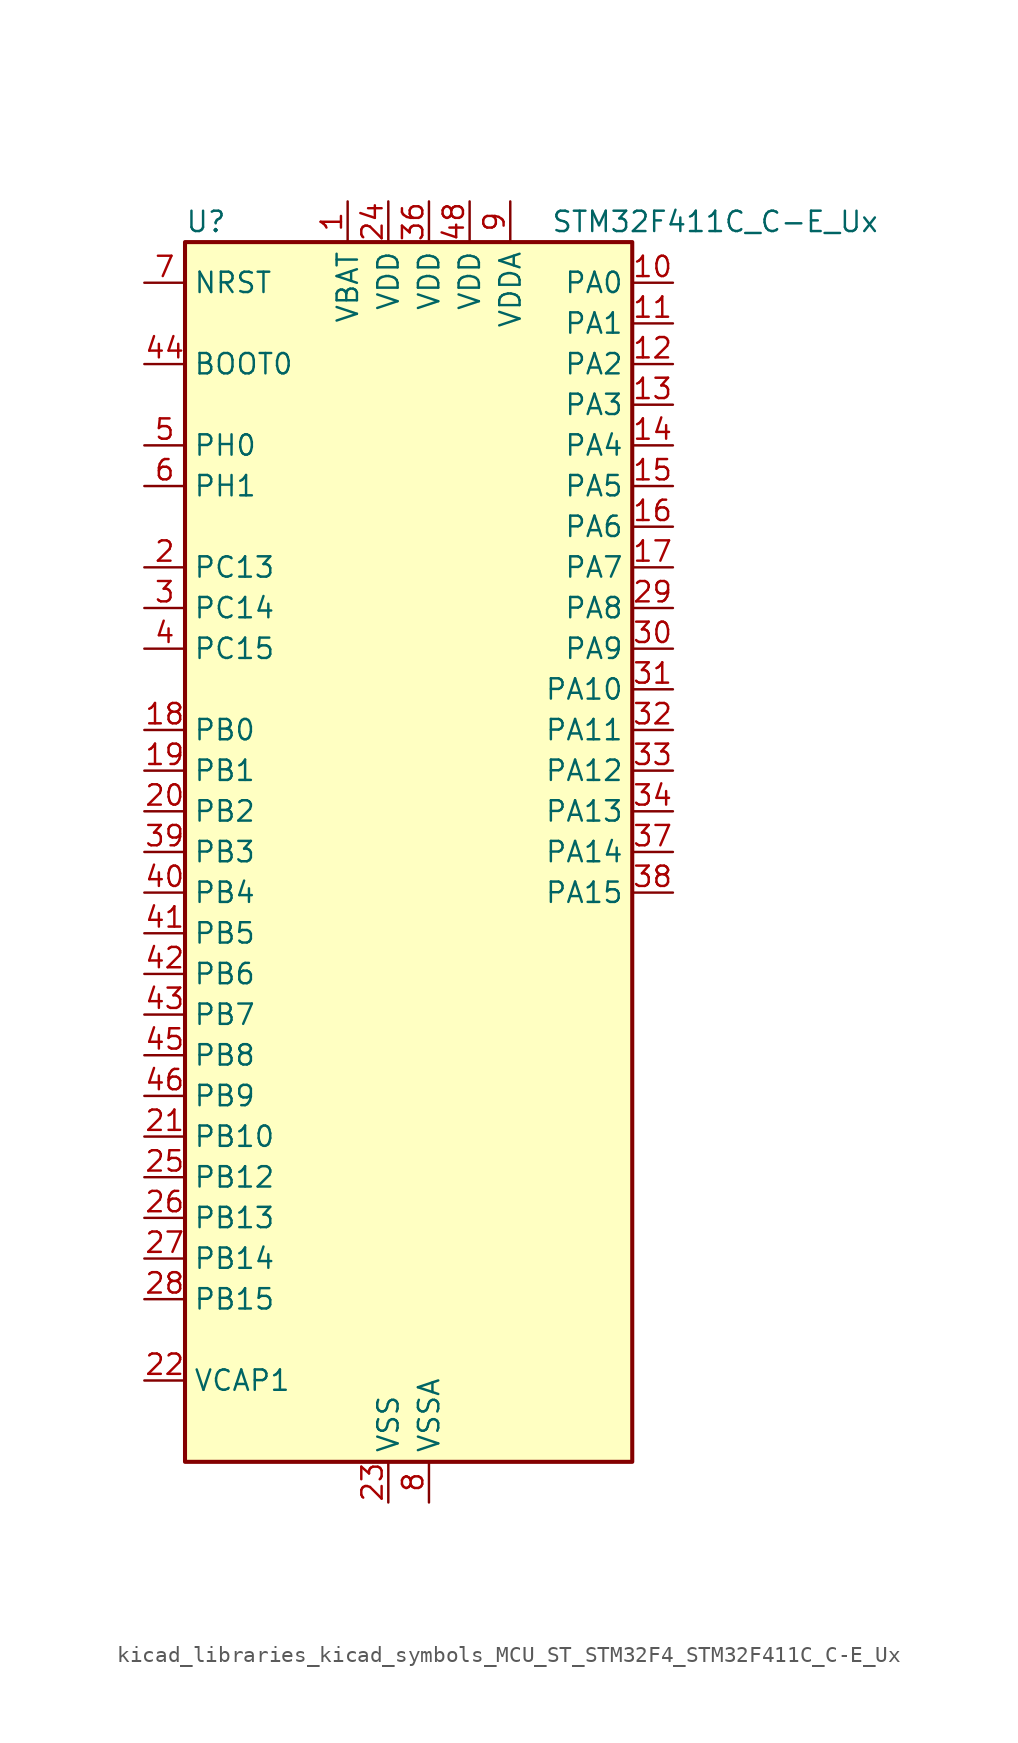
<source format=kicad_sym>
(kicad_symbol_lib
  (version 20220914)
  (generator kicad_symbol_editor)
  (symbol "kicad_libraries_kicad_symbols_MCU_ST_STM32F4_STM32F411C_C-E_Ux"
    (property "Reference" "U"
      (at -12.7 39.37 0)
      (effects (font (size 1.27 1.27)) (justify left)))
    (property "Value" "STM32F411C_C-E_Ux"
      (at 10.16 39.37 0)
      (effects (font (size 1.27 1.27)) (justify left)))
    (property "ki_locked" ""
      (at 0 0 0)
      (effects (font (size 1.27 1.27))))
    (symbol "kicad_libraries_kicad_symbols_MCU_ST_STM32F4_STM32F411C_C-E_Ux_0_1"
      (rectangle (start -12.7 -38.1) (end 15.24 38.1) (stroke (width 0.254) (type default)) (fill (type background))))
    (symbol "kicad_libraries_kicad_symbols_MCU_ST_STM32F4_STM32F411C_C-E_Ux_1_1"
      (pin power_in line (at -2.54 40.64 270) (length 2.54) (name "VBAT" (effects (font (size 1.27 1.27)))) (number "1" (effects (font (size 1.27 1.27)))))
      (pin bidirectional line (at 17.78 35.56 180) (length 2.54) (name "PA0" (effects (font (size 1.27 1.27)))) (number "10" (effects (font (size 1.27 1.27)))) (alternate "ADC1_IN0" bidirectional line) (alternate "SYS_WKUP" bidirectional line) (alternate "TIM2_CH1" bidirectional line) (alternate "TIM2_ETR" bidirectional line) (alternate "TIM5_CH1" bidirectional line) (alternate "USART2_CTS" bidirectional line))
      (pin bidirectional line (at 17.78 33.02 180) (length 2.54) (name "PA1" (effects (font (size 1.27 1.27)))) (number "11" (effects (font (size 1.27 1.27)))) (alternate "ADC1_IN1" bidirectional line) (alternate "I2S4_SD" bidirectional line) (alternate "SPI4_MOSI" bidirectional line) (alternate "TIM2_CH2" bidirectional line) (alternate "TIM5_CH2" bidirectional line) (alternate "USART2_RTS" bidirectional line))
      (pin bidirectional line (at 17.78 30.48 180) (length 2.54) (name "PA2" (effects (font (size 1.27 1.27)))) (number "12" (effects (font (size 1.27 1.27)))) (alternate "ADC1_IN2" bidirectional line) (alternate "I2S_CKIN" bidirectional line) (alternate "TIM2_CH3" bidirectional line) (alternate "TIM5_CH3" bidirectional line) (alternate "TIM9_CH1" bidirectional line) (alternate "USART2_TX" bidirectional line))
      (pin bidirectional line (at 17.78 27.94 180) (length 2.54) (name "PA3" (effects (font (size 1.27 1.27)))) (number "13" (effects (font (size 1.27 1.27)))) (alternate "ADC1_IN3" bidirectional line) (alternate "I2S2_MCK" bidirectional line) (alternate "TIM2_CH4" bidirectional line) (alternate "TIM5_CH4" bidirectional line) (alternate "TIM9_CH2" bidirectional line) (alternate "USART2_RX" bidirectional line))
      (pin bidirectional line (at 17.78 25.4 180) (length 2.54) (name "PA4" (effects (font (size 1.27 1.27)))) (number "14" (effects (font (size 1.27 1.27)))) (alternate "ADC1_IN4" bidirectional line) (alternate "I2S1_WS" bidirectional line) (alternate "I2S3_WS" bidirectional line) (alternate "SPI1_NSS" bidirectional line) (alternate "SPI3_NSS" bidirectional line) (alternate "USART2_CK" bidirectional line))
      (pin bidirectional line (at 17.78 22.86 180) (length 2.54) (name "PA5" (effects (font (size 1.27 1.27)))) (number "15" (effects (font (size 1.27 1.27)))) (alternate "ADC1_IN5" bidirectional line) (alternate "I2S1_CK" bidirectional line) (alternate "SPI1_SCK" bidirectional line) (alternate "TIM2_CH1" bidirectional line) (alternate "TIM2_ETR" bidirectional line))
      (pin bidirectional line (at 17.78 20.32 180) (length 2.54) (name "PA6" (effects (font (size 1.27 1.27)))) (number "16" (effects (font (size 1.27 1.27)))) (alternate "ADC1_IN6" bidirectional line) (alternate "I2S2_MCK" bidirectional line) (alternate "SDIO_CMD" bidirectional line) (alternate "SPI1_MISO" bidirectional line) (alternate "TIM1_BKIN" bidirectional line) (alternate "TIM3_CH1" bidirectional line))
      (pin bidirectional line (at 17.78 17.78 180) (length 2.54) (name "PA7" (effects (font (size 1.27 1.27)))) (number "17" (effects (font (size 1.27 1.27)))) (alternate "ADC1_IN7" bidirectional line) (alternate "I2S1_SD" bidirectional line) (alternate "SPI1_MOSI" bidirectional line) (alternate "TIM1_CH1N" bidirectional line) (alternate "TIM3_CH2" bidirectional line))
      (pin bidirectional line (at -15.24 7.62 0) (length 2.54) (name "PB0" (effects (font (size 1.27 1.27)))) (number "18" (effects (font (size 1.27 1.27)))) (alternate "ADC1_IN8" bidirectional line) (alternate "I2S5_CK" bidirectional line) (alternate "SPI5_SCK" bidirectional line) (alternate "TIM1_CH2N" bidirectional line) (alternate "TIM3_CH3" bidirectional line))
      (pin bidirectional line (at -15.24 5.08 0) (length 2.54) (name "PB1" (effects (font (size 1.27 1.27)))) (number "19" (effects (font (size 1.27 1.27)))) (alternate "ADC1_IN9" bidirectional line) (alternate "I2S5_WS" bidirectional line) (alternate "SPI5_NSS" bidirectional line) (alternate "TIM1_CH3N" bidirectional line) (alternate "TIM3_CH4" bidirectional line))
      (pin bidirectional line (at -15.24 17.78 0) (length 2.54) (name "PC13" (effects (font (size 1.27 1.27)))) (number "2" (effects (font (size 1.27 1.27)))) (alternate "RTC_AF1" bidirectional line))
      (pin bidirectional line (at -15.24 2.54 0) (length 2.54) (name "PB2" (effects (font (size 1.27 1.27)))) (number "20" (effects (font (size 1.27 1.27)))))
      (pin bidirectional line (at -15.24 -17.78 0) (length 2.54) (name "PB10" (effects (font (size 1.27 1.27)))) (number "21" (effects (font (size 1.27 1.27)))) (alternate "I2C2_SCL" bidirectional line) (alternate "I2S2_CK" bidirectional line) (alternate "I2S3_MCK" bidirectional line) (alternate "SDIO_D7" bidirectional line) (alternate "SPI2_SCK" bidirectional line) (alternate "TIM2_CH3" bidirectional line))
      (pin power_out line (at -15.24 -33.02 0) (length 2.54) (name "VCAP1" (effects (font (size 1.27 1.27)))) (number "22" (effects (font (size 1.27 1.27)))))
      (pin power_in line (at 0 -40.64 90) (length 2.54) (name "VSS" (effects (font (size 1.27 1.27)))) (number "23" (effects (font (size 1.27 1.27)))))
      (pin power_in line (at 0 40.64 270) (length 2.54) (name "VDD" (effects (font (size 1.27 1.27)))) (number "24" (effects (font (size 1.27 1.27)))))
      (pin bidirectional line (at -15.24 -20.32 0) (length 2.54) (name "PB12" (effects (font (size 1.27 1.27)))) (number "25" (effects (font (size 1.27 1.27)))) (alternate "I2C2_SMBA" bidirectional line) (alternate "I2S2_WS" bidirectional line) (alternate "I2S3_CK" bidirectional line) (alternate "I2S4_WS" bidirectional line) (alternate "SPI2_NSS" bidirectional line) (alternate "SPI3_SCK" bidirectional line) (alternate "SPI4_NSS" bidirectional line) (alternate "TIM1_BKIN" bidirectional line))
      (pin bidirectional line (at -15.24 -22.86 0) (length 2.54) (name "PB13" (effects (font (size 1.27 1.27)))) (number "26" (effects (font (size 1.27 1.27)))) (alternate "I2S2_CK" bidirectional line) (alternate "I2S4_CK" bidirectional line) (alternate "SPI2_SCK" bidirectional line) (alternate "SPI4_SCK" bidirectional line) (alternate "TIM1_CH1N" bidirectional line))
      (pin bidirectional line (at -15.24 -25.4 0) (length 2.54) (name "PB14" (effects (font (size 1.27 1.27)))) (number "27" (effects (font (size 1.27 1.27)))) (alternate "I2S2_ext_SD" bidirectional line) (alternate "SDIO_D6" bidirectional line) (alternate "SPI2_MISO" bidirectional line) (alternate "TIM1_CH2N" bidirectional line))
      (pin bidirectional line (at -15.24 -27.94 0) (length 2.54) (name "PB15" (effects (font (size 1.27 1.27)))) (number "28" (effects (font (size 1.27 1.27)))) (alternate "ADC1_EXTI15" bidirectional line) (alternate "I2S2_SD" bidirectional line) (alternate "RTC_REFIN" bidirectional line) (alternate "SDIO_CK" bidirectional line) (alternate "SPI2_MOSI" bidirectional line) (alternate "TIM1_CH3N" bidirectional line))
      (pin bidirectional line (at 17.78 15.24 180) (length 2.54) (name "PA8" (effects (font (size 1.27 1.27)))) (number "29" (effects (font (size 1.27 1.27)))) (alternate "I2C3_SCL" bidirectional line) (alternate "RCC_MCO_1" bidirectional line) (alternate "SDIO_D1" bidirectional line) (alternate "TIM1_CH1" bidirectional line) (alternate "USART1_CK" bidirectional line) (alternate "USB_OTG_FS_SOF" bidirectional line))
      (pin bidirectional line (at -15.24 15.24 0) (length 2.54) (name "PC14" (effects (font (size 1.27 1.27)))) (number "3" (effects (font (size 1.27 1.27)))) (alternate "RCC_OSC32_IN" bidirectional line))
      (pin bidirectional line (at 17.78 12.7 180) (length 2.54) (name "PA9" (effects (font (size 1.27 1.27)))) (number "30" (effects (font (size 1.27 1.27)))) (alternate "I2C3_SMBA" bidirectional line) (alternate "SDIO_D2" bidirectional line) (alternate "TIM1_CH2" bidirectional line) (alternate "USART1_TX" bidirectional line) (alternate "USB_OTG_FS_VBUS" bidirectional line))
      (pin bidirectional line (at 17.78 10.16 180) (length 2.54) (name "PA10" (effects (font (size 1.27 1.27)))) (number "31" (effects (font (size 1.27 1.27)))) (alternate "I2S5_SD" bidirectional line) (alternate "SPI5_MOSI" bidirectional line) (alternate "TIM1_CH3" bidirectional line) (alternate "USART1_RX" bidirectional line) (alternate "USB_OTG_FS_ID" bidirectional line))
      (pin bidirectional line (at 17.78 7.62 180) (length 2.54) (name "PA11" (effects (font (size 1.27 1.27)))) (number "32" (effects (font (size 1.27 1.27)))) (alternate "ADC1_EXTI11" bidirectional line) (alternate "SPI4_MISO" bidirectional line) (alternate "TIM1_CH4" bidirectional line) (alternate "USART1_CTS" bidirectional line) (alternate "USART6_TX" bidirectional line) (alternate "USB_OTG_FS_DM" bidirectional line))
      (pin bidirectional line (at 17.78 5.08 180) (length 2.54) (name "PA12" (effects (font (size 1.27 1.27)))) (number "33" (effects (font (size 1.27 1.27)))) (alternate "SPI5_MISO" bidirectional line) (alternate "TIM1_ETR" bidirectional line) (alternate "USART1_RTS" bidirectional line) (alternate "USART6_RX" bidirectional line) (alternate "USB_OTG_FS_DP" bidirectional line))
      (pin bidirectional line (at 17.78 2.54 180) (length 2.54) (name "PA13" (effects (font (size 1.27 1.27)))) (number "34" (effects (font (size 1.27 1.27)))) (alternate "SYS_JTMS-SWDIO" bidirectional line))
      (pin passive line (at 0 -40.64 90) (length 2.54) hide (name "VSS" (effects (font (size 1.27 1.27)))) (number "35" (effects (font (size 1.27 1.27)))))
      (pin power_in line (at 2.54 40.64 270) (length 2.54) (name "VDD" (effects (font (size 1.27 1.27)))) (number "36" (effects (font (size 1.27 1.27)))))
      (pin bidirectional line (at 17.78 0 180) (length 2.54) (name "PA14" (effects (font (size 1.27 1.27)))) (number "37" (effects (font (size 1.27 1.27)))) (alternate "SYS_JTCK-SWCLK" bidirectional line))
      (pin bidirectional line (at 17.78 -2.54 180) (length 2.54) (name "PA15" (effects (font (size 1.27 1.27)))) (number "38" (effects (font (size 1.27 1.27)))) (alternate "ADC1_EXTI15" bidirectional line) (alternate "I2S1_WS" bidirectional line) (alternate "I2S3_WS" bidirectional line) (alternate "SPI1_NSS" bidirectional line) (alternate "SPI3_NSS" bidirectional line) (alternate "SYS_JTDI" bidirectional line) (alternate "TIM2_CH1" bidirectional line) (alternate "TIM2_ETR" bidirectional line) (alternate "USART1_TX" bidirectional line))
      (pin bidirectional line (at -15.24 0 0) (length 2.54) (name "PB3" (effects (font (size 1.27 1.27)))) (number "39" (effects (font (size 1.27 1.27)))) (alternate "I2C2_SDA" bidirectional line) (alternate "I2S1_CK" bidirectional line) (alternate "I2S3_CK" bidirectional line) (alternate "SPI1_SCK" bidirectional line) (alternate "SPI3_SCK" bidirectional line) (alternate "SYS_JTDO-SWO" bidirectional line) (alternate "TIM2_CH2" bidirectional line) (alternate "USART1_RX" bidirectional line))
      (pin bidirectional line (at -15.24 12.7 0) (length 2.54) (name "PC15" (effects (font (size 1.27 1.27)))) (number "4" (effects (font (size 1.27 1.27)))) (alternate "ADC1_EXTI15" bidirectional line) (alternate "RCC_OSC32_OUT" bidirectional line))
      (pin bidirectional line (at -15.24 -2.54 0) (length 2.54) (name "PB4" (effects (font (size 1.27 1.27)))) (number "40" (effects (font (size 1.27 1.27)))) (alternate "I2C3_SDA" bidirectional line) (alternate "I2S3_ext_SD" bidirectional line) (alternate "SDIO_D0" bidirectional line) (alternate "SPI1_MISO" bidirectional line) (alternate "SPI3_MISO" bidirectional line) (alternate "SYS_JTRST" bidirectional line) (alternate "TIM3_CH1" bidirectional line))
      (pin bidirectional line (at -15.24 -5.08 0) (length 2.54) (name "PB5" (effects (font (size 1.27 1.27)))) (number "41" (effects (font (size 1.27 1.27)))) (alternate "I2C1_SMBA" bidirectional line) (alternate "I2S1_SD" bidirectional line) (alternate "I2S3_SD" bidirectional line) (alternate "SDIO_D3" bidirectional line) (alternate "SPI1_MOSI" bidirectional line) (alternate "SPI3_MOSI" bidirectional line) (alternate "TIM3_CH2" bidirectional line))
      (pin bidirectional line (at -15.24 -7.62 0) (length 2.54) (name "PB6" (effects (font (size 1.27 1.27)))) (number "42" (effects (font (size 1.27 1.27)))) (alternate "I2C1_SCL" bidirectional line) (alternate "TIM4_CH1" bidirectional line) (alternate "USART1_TX" bidirectional line))
      (pin bidirectional line (at -15.24 -10.16 0) (length 2.54) (name "PB7" (effects (font (size 1.27 1.27)))) (number "43" (effects (font (size 1.27 1.27)))) (alternate "I2C1_SDA" bidirectional line) (alternate "SDIO_D0" bidirectional line) (alternate "TIM4_CH2" bidirectional line) (alternate "USART1_RX" bidirectional line))
      (pin input line (at -15.24 30.48 0) (length 2.54) (name "BOOT0" (effects (font (size 1.27 1.27)))) (number "44" (effects (font (size 1.27 1.27)))))
      (pin bidirectional line (at -15.24 -12.7 0) (length 2.54) (name "PB8" (effects (font (size 1.27 1.27)))) (number "45" (effects (font (size 1.27 1.27)))) (alternate "I2C1_SCL" bidirectional line) (alternate "I2C3_SDA" bidirectional line) (alternate "I2S5_SD" bidirectional line) (alternate "SDIO_D4" bidirectional line) (alternate "SPI5_MOSI" bidirectional line) (alternate "TIM10_CH1" bidirectional line) (alternate "TIM4_CH3" bidirectional line))
      (pin bidirectional line (at -15.24 -15.24 0) (length 2.54) (name "PB9" (effects (font (size 1.27 1.27)))) (number "46" (effects (font (size 1.27 1.27)))) (alternate "I2C1_SDA" bidirectional line) (alternate "I2C2_SDA" bidirectional line) (alternate "I2S2_WS" bidirectional line) (alternate "SDIO_D5" bidirectional line) (alternate "SPI2_NSS" bidirectional line) (alternate "TIM11_CH1" bidirectional line) (alternate "TIM4_CH4" bidirectional line))
      (pin passive line (at 0 -40.64 90) (length 2.54) hide (name "VSS" (effects (font (size 1.27 1.27)))) (number "47" (effects (font (size 1.27 1.27)))))
      (pin power_in line (at 5.08 40.64 270) (length 2.54) (name "VDD" (effects (font (size 1.27 1.27)))) (number "48" (effects (font (size 1.27 1.27)))))
      (pin passive line (at 0 -40.64 90) (length 2.54) hide (name "VSS" (effects (font (size 1.27 1.27)))) (number "49" (effects (font (size 1.27 1.27)))))
      (pin bidirectional line (at -15.24 25.4 0) (length 2.54) (name "PH0" (effects (font (size 1.27 1.27)))) (number "5" (effects (font (size 1.27 1.27)))) (alternate "RCC_OSC_IN" bidirectional line))
      (pin bidirectional line (at -15.24 22.86 0) (length 2.54) (name "PH1" (effects (font (size 1.27 1.27)))) (number "6" (effects (font (size 1.27 1.27)))) (alternate "RCC_OSC_OUT" bidirectional line))
      (pin input line (at -15.24 35.56 0) (length 2.54) (name "NRST" (effects (font (size 1.27 1.27)))) (number "7" (effects (font (size 1.27 1.27)))))
      (pin power_in line (at 2.54 -40.64 90) (length 2.54) (name "VSSA" (effects (font (size 1.27 1.27)))) (number "8" (effects (font (size 1.27 1.27)))))
      (pin power_in line (at 7.62 40.64 270) (length 2.54) (name "VDDA" (effects (font (size 1.27 1.27)))) (number "9" (effects (font (size 1.27 1.27))))))))
</source>
